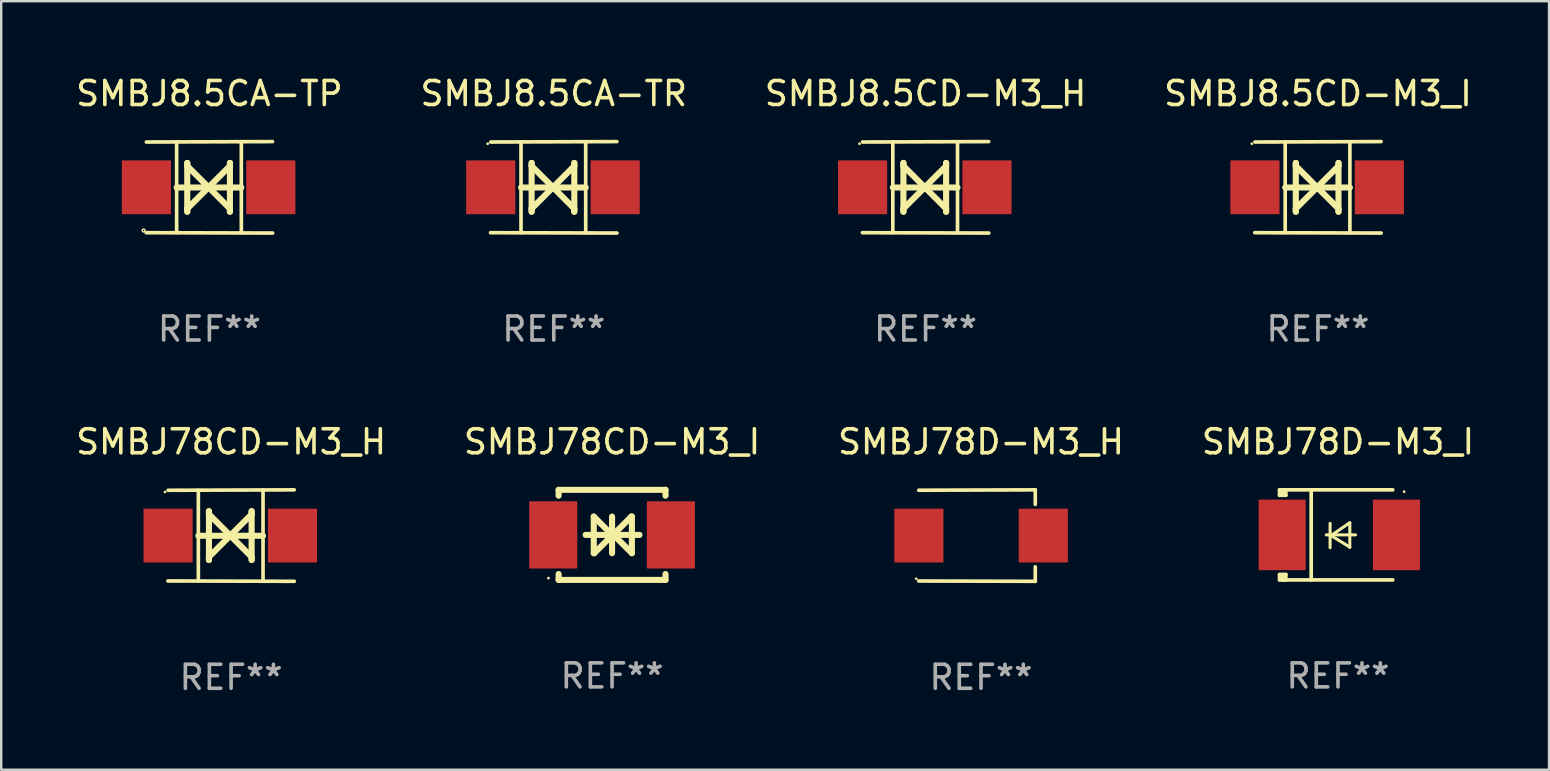
<source format=kicad_pcb>
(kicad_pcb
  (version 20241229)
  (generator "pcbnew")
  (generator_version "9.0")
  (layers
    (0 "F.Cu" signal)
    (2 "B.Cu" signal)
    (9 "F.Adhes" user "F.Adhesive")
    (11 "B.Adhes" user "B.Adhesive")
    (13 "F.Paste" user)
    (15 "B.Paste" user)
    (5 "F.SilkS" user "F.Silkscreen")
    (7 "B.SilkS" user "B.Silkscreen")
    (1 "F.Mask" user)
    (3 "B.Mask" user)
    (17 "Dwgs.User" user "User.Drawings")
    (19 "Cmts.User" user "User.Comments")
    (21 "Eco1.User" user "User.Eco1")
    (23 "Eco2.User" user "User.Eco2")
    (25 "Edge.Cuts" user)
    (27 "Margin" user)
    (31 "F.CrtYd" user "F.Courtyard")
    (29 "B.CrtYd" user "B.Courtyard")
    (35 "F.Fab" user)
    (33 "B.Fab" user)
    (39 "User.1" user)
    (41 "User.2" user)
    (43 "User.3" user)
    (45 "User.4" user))
  (footprint "SMBJ78D-M3_I"
    (layer "F.Cu")
    (at 52.685 19.231)
    (property "Reference" "SMBJ78D-M3_I" (at 0 -3.876 0) (layer "F.SilkS") (effects (font (size 1 1) (thickness 0.15))))
    (attr through_hole)
    (fp_line (start -2.435 1.65) (end -2.171 1.65) (stroke (width 0.152) (type solid)) (layer "F.SilkS"))
    (fp_line (start -2.435 1.876) (end -2.435 1.65) (stroke (width 0.152) (type solid)) (layer "F.SilkS"))
    (fp_line (start -2.435 -1.876) (end -2.171 -1.876) (stroke (width 0.152) (type solid)) (layer "F.SilkS"))
    (fp_line (start -2.435 -1.65) (end -2.435 -1.876) (stroke (width 0.152) (type solid)) (layer "F.SilkS"))
    (fp_line (start -2.305 -1.866) (end -2.295 -1.876) (stroke (width 0.152) (type solid)) (layer "F.SilkS"))
    (fp_line (start -2.305 -1.65) (end -2.305 -1.866) (stroke (width 0.152) (type solid)) (layer "F.SilkS"))
    (fp_line (start -2.305 1.876) (end -2.305 1.65) (stroke (width 0.152) (type solid)) (layer "F.SilkS"))
    (fp_line (start -2.295 -1.876) (end -2.295 -1.65) (stroke (width 0.152) (type solid)) (layer "F.SilkS"))
    (fp_line (start -2.171 1.876) (end -2.435 1.876) (stroke (width 0.152) (type solid)) (layer "F.SilkS"))
    (fp_line (start -2.171 -1.65) (end -2.435 -1.65) (stroke (width 0.152) (type solid)) (layer "F.SilkS"))
    (fp_line (start -2.171 -1.876) (end -2.295 -1.876) (stroke (width 0.152) (type solid)) (layer "F.SilkS"))
    (fp_line (start -2.171 -1.65) (end -2.171 -1.876) (stroke (width 0.152) (type solid)) (layer "F.SilkS"))
    (fp_line (start -2.171 1.876) (end -2.305 1.876) (stroke (width 0.152) (type solid)) (layer "F.SilkS"))
    (fp_line (start -2.171 1.876) (end -2.171 1.65) (stroke (width 0.152) (type solid)) (layer "F.SilkS"))
    (fp_line (start -1.116 1.876) (end -1.116 -1.876) (stroke (width 0.152) (type solid)) (layer "F.SilkS"))
    (fp_line (start -0.488 0.000102) (end 0.731 0.000102) (stroke (width 0.127) (type solid)) (layer "F.SilkS"))
    (fp_line (start -0.329 -0.48) (end -0.329 0.536) (stroke (width 0.127) (type solid)) (layer "F.SilkS"))
    (fp_line (start -0.29 0.03) (end 0.493 0.51) (stroke (width 0.127) (type solid)) (layer "F.SilkS"))
    (fp_line (start 0.493 -0.51) (end -0.29 0.03) (stroke (width 0.127) (type solid)) (layer "F.SilkS"))
    (fp_line (start 0.493 0.52) (end 0.493 -0.496) (stroke (width 0.127) (type solid)) (layer "F.SilkS"))
    (fp_line (start 2.281 -1.876) (end -2.171 -1.876) (stroke (width 0.152) (type solid)) (layer "F.SilkS"))
    (fp_line (start 2.281 1.876) (end -2.171 1.876) (stroke (width 0.152) (type solid)) (layer "F.SilkS"))
    (fp_circle (center 2.755 -1.8) (end 2.785 -1.8) (stroke (width 0.06) (type solid)) (fill no) (layer "F.SilkS"))
    (fp_text user "REF**" (at 0 5.876 0) (layer "F.Fab") (effects (font (size 1 1) (thickness 0.15))))
    (pad "1" smd rect (at 2.435 -0.000025 180) (size 1.96 2.94) (layers "F.Cu" "F.Mask" "F.Paste"))
    (pad "2" smd rect (at -2.325 -0.000025 180) (size 1.96 2.94) (layers "F.Cu" "F.Mask" "F.Paste")))
  (footprint "SMBJ8.5CA-TR"
    (layer "F.Cu")
    (at 20.018 4.753)
    (property "Reference" "SMBJ8.5CA-TR" (at 0 -3.905 0) (layer "F.SilkS") (effects (font (size 1 1) (thickness 0.15))))
    (attr through_hole)
    (fp_line (start -1.365 1.886) (end -1.365 -1.886) (stroke (width 0.152) (type solid)) (layer "F.SilkS"))
    (fp_line (start -1.365 0.008) (end 1.33 0.008) (stroke (width 0.254) (type solid)) (layer "F.SilkS"))
    (fp_line (start -0.923 -1.016) (end -0.923 1.016) (stroke (width 0.254) (type solid)) (layer "F.SilkS"))
    (fp_line (start -0.923 -0.889) (end -0.923 -1.016) (stroke (width 0.254) (type solid)) (layer "F.SilkS"))
    (fp_line (start -0.923 0.889) (end -0.034 0) (stroke (width 0.254) (type solid)) (layer "F.SilkS"))
    (fp_line (start -0.923 1.016) (end -0.923 0.889) (stroke (width 0.254) (type solid)) (layer "F.SilkS"))
    (fp_line (start -0.034 0) (end -0.923 -0.889) (stroke (width 0.254) (type solid)) (layer "F.SilkS"))
    (fp_line (start -0.034 0) (end 0.855 0.889) (stroke (width 0.254) (type solid)) (layer "F.SilkS"))
    (fp_line (start 0.855 -1.016) (end 0.855 -0.889) (stroke (width 0.254) (type solid)) (layer "F.SilkS"))
    (fp_line (start 0.855 -0.889) (end -0.034 0) (stroke (width 0.254) (type solid)) (layer "F.SilkS"))
    (fp_line (start 0.855 0.889) (end 0.855 1.016) (stroke (width 0.254) (type solid)) (layer "F.SilkS"))
    (fp_line (start 0.855 1.016) (end 0.855 -1.016) (stroke (width 0.254) (type solid)) (layer "F.SilkS"))
    (fp_line (start 1.33 1.886) (end 1.33 -1.886) (stroke (width 0.152) (type solid)) (layer "F.SilkS"))
    (fp_line (start 2.629 -1.905) (end -2.625 -1.887) (stroke (width 0.152) (type solid)) (layer "F.SilkS"))
    (fp_line (start 2.633 1.905) (end -2.633 1.89) (stroke (width 0.152) (type solid)) (layer "F.SilkS"))
    (fp_circle (center -2.753 -1.816) (end -2.723 -1.816) (stroke (width 0.06) (type solid)) (fill no) (layer "F.SilkS"))
    (fp_text user "REF**" (at 0 5.905 0) (layer "F.Fab") (effects (font (size 1 1) (thickness 0.15))))
    (pad "1" smd rect (at -2.625 0) (size 2.047 2.241) (layers "F.Cu" "F.Mask" "F.Paste"))
    (pad "2" smd rect (at 2.557 0) (size 2.047 2.241) (layers "F.Cu" "F.Mask" "F.Paste")))
  (footprint "SMBJ8.5CA-TP"
    (layer "F.Cu")
    (at 5.673 4.753)
    (property "Reference" "SMBJ8.5CA-TP" (at 0 -3.905 0) (layer "F.SilkS") (effects (font (size 1 1) (thickness 0.15))))
    (attr through_hole)
    (fp_line (start -1.365 1.886) (end -1.365 -1.886) (stroke (width 0.152) (type solid)) (layer "F.SilkS"))
    (fp_line (start -1.365 0.008) (end 1.33 0.008) (stroke (width 0.254) (type solid)) (layer "F.SilkS"))
    (fp_line (start -0.923 -1.016) (end -0.923 1.016) (stroke (width 0.254) (type solid)) (layer "F.SilkS"))
    (fp_line (start -0.923 -0.889) (end -0.923 -1.016) (stroke (width 0.254) (type solid)) (layer "F.SilkS"))
    (fp_line (start -0.923 0.889) (end -0.034 0) (stroke (width 0.254) (type solid)) (layer "F.SilkS"))
    (fp_line (start -0.923 1.016) (end -0.923 0.889) (stroke (width 0.254) (type solid)) (layer "F.SilkS"))
    (fp_line (start -0.034 0) (end -0.923 -0.889) (stroke (width 0.254) (type solid)) (layer "F.SilkS"))
    (fp_line (start -0.034 0) (end 0.855 0.889) (stroke (width 0.254) (type solid)) (layer "F.SilkS"))
    (fp_line (start 0.855 -1.016) (end 0.855 -0.889) (stroke (width 0.254) (type solid)) (layer "F.SilkS"))
    (fp_line (start 0.855 -0.889) (end -0.034 0) (stroke (width 0.254) (type solid)) (layer "F.SilkS"))
    (fp_line (start 0.855 0.889) (end 0.855 1.016) (stroke (width 0.254) (type solid)) (layer "F.SilkS"))
    (fp_line (start 0.855 1.016) (end 0.855 -1.016) (stroke (width 0.254) (type solid)) (layer "F.SilkS"))
    (fp_line (start 1.33 1.886) (end 1.33 -1.886) (stroke (width 0.152) (type solid)) (layer "F.SilkS"))
    (fp_line (start 2.629 -1.905) (end -2.625 -1.887) (stroke (width 0.152) (type solid)) (layer "F.SilkS"))
    (fp_line (start 2.633 1.905) (end -2.633 1.89) (stroke (width 0.152) (type solid)) (layer "F.SilkS"))
    (fp_circle (center -2.741 1.8) (end -2.712 1.8) (stroke (width 0.06) (type solid)) (fill no) (layer "F.SilkS"))
    (fp_text user "REF**" (at 0 5.905 0) (layer "F.Fab") (effects (font (size 1 1) (thickness 0.15))))
    (pad "1" smd rect (at -2.625 0) (size 2.047 2.241) (layers "F.Cu" "F.Mask" "F.Paste"))
    (pad "2" smd rect (at 2.557 0) (size 2.047 2.241) (layers "F.Cu" "F.Mask" "F.Paste")))
  (footprint "SMBJ78CD-M3_I"
    (layer "F.Cu")
    (at 22.446 19.231)
    (property "Reference" "SMBJ78CD-M3_I" (at 0 -3.876 0) (layer "F.SilkS") (effects (font (size 1 1) (thickness 0.15))))
    (attr through_hole)
    (fp_line (start -2.226 -1.876) (end -2.226 -1.631) (stroke (width 0.254) (type solid)) (layer "F.SilkS"))
    (fp_line (start -2.226 -1.876) (end 2.226 -1.876) (stroke (width 0.254) (type solid)) (layer "F.SilkS"))
    (fp_line (start -2.226 1.631) (end -2.226 1.876) (stroke (width 0.254) (type solid)) (layer "F.SilkS"))
    (fp_line (start -2.226 1.876) (end 2.226 1.876) (stroke (width 0.254) (type solid)) (layer "F.SilkS"))
    (fp_line (start -1.1 0) (end 1.143 0) (stroke (width 0.254) (type solid)) (layer "F.SilkS"))
    (fp_line (start -0.762 -0.762) (end -0.762 0.762) (stroke (width 0.254) (type solid)) (layer "F.SilkS"))
    (fp_line (start -0.762 0.762) (end -0.741 0.762) (stroke (width 0.254) (type solid)) (layer "F.SilkS"))
    (fp_line (start -0.741 0.762) (end 0.021 0) (stroke (width 0.254) (type solid)) (layer "F.SilkS"))
    (fp_line (start 0 -0.762) (end 0 0.762) (stroke (width 0.254) (type solid)) (layer "F.SilkS"))
    (fp_line (start 0 0) (end -0.762 -0.762) (stroke (width 0.254) (type solid)) (layer "F.SilkS"))
    (fp_line (start 0.021 0) (end 0 0) (stroke (width 0.254) (type solid)) (layer "F.SilkS"))
    (fp_line (start 0.042 0) (end 0.064 0) (stroke (width 0.254) (type solid)) (layer "F.SilkS"))
    (fp_line (start 0.064 0) (end 0.826 0.762) (stroke (width 0.254) (type solid)) (layer "F.SilkS"))
    (fp_line (start 0.804 -0.762) (end 0.042 0) (stroke (width 0.254) (type solid)) (layer "F.SilkS"))
    (fp_line (start 0.826 -0.762) (end 0.804 -0.762) (stroke (width 0.254) (type solid)) (layer "F.SilkS"))
    (fp_line (start 0.826 0.762) (end 0.826 -0.762) (stroke (width 0.254) (type solid)) (layer "F.SilkS"))
    (fp_line (start 2.226 -1.876) (end 2.226 -1.631) (stroke (width 0.254) (type solid)) (layer "F.SilkS"))
    (fp_line (start 2.226 1.631) (end 2.226 1.876) (stroke (width 0.254) (type solid)) (layer "F.SilkS"))
    (fp_circle (center -2.65 1.8) (end -2.62 1.8) (stroke (width 0.06) (type solid)) (fill no) (layer "F.SilkS"))
    (fp_text user "REF**" (at 0 5.876 0) (layer "F.Fab") (effects (font (size 1 1) (thickness 0.15))))
    (pad "1" smd rect (at -2.45 0 180) (size 2 2.8) (layers "F.Cu" "F.Mask" "F.Paste"))
    (pad "2" smd rect (at 2.45 0 180) (size 2 2.8) (layers "F.Cu" "F.Mask" "F.Paste")))
  (footprint "SMBJ78CD-M3_H"
    (layer "F.Cu")
    (at 6.577 19.26)
    (property "Reference" "SMBJ78CD-M3_H" (at 0 -3.905 0) (layer "F.SilkS") (effects (font (size 1 1) (thickness 0.15))))
    (attr through_hole)
    (fp_line (start -1.365 1.886) (end -1.365 -1.886) (stroke (width 0.152) (type solid)) (layer "F.SilkS"))
    (fp_line (start -1.365 0.008) (end 1.33 0.008) (stroke (width 0.254) (type solid)) (layer "F.SilkS"))
    (fp_line (start -0.923 -1.016) (end -0.923 1.016) (stroke (width 0.254) (type solid)) (layer "F.SilkS"))
    (fp_line (start -0.923 -0.889) (end -0.923 -1.016) (stroke (width 0.254) (type solid)) (layer "F.SilkS"))
    (fp_line (start -0.923 0.889) (end -0.034 0) (stroke (width 0.254) (type solid)) (layer "F.SilkS"))
    (fp_line (start -0.923 1.016) (end -0.923 0.889) (stroke (width 0.254) (type solid)) (layer "F.SilkS"))
    (fp_line (start -0.034 0) (end -0.923 -0.889) (stroke (width 0.254) (type solid)) (layer "F.SilkS"))
    (fp_line (start -0.034 0) (end 0.855 0.889) (stroke (width 0.254) (type solid)) (layer "F.SilkS"))
    (fp_line (start 0.855 -1.016) (end 0.855 -0.889) (stroke (width 0.254) (type solid)) (layer "F.SilkS"))
    (fp_line (start 0.855 -0.889) (end -0.034 0) (stroke (width 0.254) (type solid)) (layer "F.SilkS"))
    (fp_line (start 0.855 0.889) (end 0.855 1.016) (stroke (width 0.254) (type solid)) (layer "F.SilkS"))
    (fp_line (start 0.855 1.016) (end 0.855 -1.016) (stroke (width 0.254) (type solid)) (layer "F.SilkS"))
    (fp_line (start 1.33 1.886) (end 1.33 -1.886) (stroke (width 0.152) (type solid)) (layer "F.SilkS"))
    (fp_line (start 2.629 -1.905) (end -2.625 -1.887) (stroke (width 0.152) (type solid)) (layer "F.SilkS"))
    (fp_line (start 2.633 1.905) (end -2.633 1.89) (stroke (width 0.152) (type solid)) (layer "F.SilkS"))
    (fp_circle (center -2.753 -1.816) (end -2.723 -1.816) (stroke (width 0.06) (type solid)) (fill no) (layer "F.SilkS"))
    (fp_text user "REF**" (at 0 5.905 0) (layer "F.Fab") (effects (font (size 1 1) (thickness 0.15))))
    (pad "1" smd rect (at -2.625 0) (size 2.047 2.241) (layers "F.Cu" "F.Mask" "F.Paste"))
    (pad "2" smd rect (at 2.557 0) (size 2.047 2.241) (layers "F.Cu" "F.Mask" "F.Paste")))
  (footprint "SMBJ8.5CD-M3_I"
    (layer "F.Cu")
    (at 51.851 4.753)
    (property "Reference" "SMBJ8.5CD-M3_I" (at 0 -3.905 0) (layer "F.SilkS") (effects (font (size 1 1) (thickness 0.15))))
    (attr through_hole)
    (fp_line (start -1.365 1.886) (end -1.365 -1.886) (stroke (width 0.152) (type solid)) (layer "F.SilkS"))
    (fp_line (start -1.365 0.008) (end 1.33 0.008) (stroke (width 0.254) (type solid)) (layer "F.SilkS"))
    (fp_line (start -0.923 -1.016) (end -0.923 1.016) (stroke (width 0.254) (type solid)) (layer "F.SilkS"))
    (fp_line (start -0.923 -0.889) (end -0.923 -1.016) (stroke (width 0.254) (type solid)) (layer "F.SilkS"))
    (fp_line (start -0.923 0.889) (end -0.034 0) (stroke (width 0.254) (type solid)) (layer "F.SilkS"))
    (fp_line (start -0.923 1.016) (end -0.923 0.889) (stroke (width 0.254) (type solid)) (layer "F.SilkS"))
    (fp_line (start -0.034 0) (end -0.923 -0.889) (stroke (width 0.254) (type solid)) (layer "F.SilkS"))
    (fp_line (start -0.034 0) (end 0.855 0.889) (stroke (width 0.254) (type solid)) (layer "F.SilkS"))
    (fp_line (start 0.855 -1.016) (end 0.855 -0.889) (stroke (width 0.254) (type solid)) (layer "F.SilkS"))
    (fp_line (start 0.855 -0.889) (end -0.034 0) (stroke (width 0.254) (type solid)) (layer "F.SilkS"))
    (fp_line (start 0.855 0.889) (end 0.855 1.016) (stroke (width 0.254) (type solid)) (layer "F.SilkS"))
    (fp_line (start 0.855 1.016) (end 0.855 -1.016) (stroke (width 0.254) (type solid)) (layer "F.SilkS"))
    (fp_line (start 1.33 1.886) (end 1.33 -1.886) (stroke (width 0.152) (type solid)) (layer "F.SilkS"))
    (fp_line (start 2.629 -1.905) (end -2.625 -1.887) (stroke (width 0.152) (type solid)) (layer "F.SilkS"))
    (fp_line (start 2.633 1.905) (end -2.633 1.89) (stroke (width 0.152) (type solid)) (layer "F.SilkS"))
    (fp_circle (center -2.753 -1.816) (end -2.723 -1.816) (stroke (width 0.06) (type solid)) (fill no) (layer "F.SilkS"))
    (fp_text user "REF**" (at 0 5.905 0) (layer "F.Fab") (effects (font (size 1 1) (thickness 0.15))))
    (pad "1" smd rect (at -2.625 0) (size 2.047 2.241) (layers "F.Cu" "F.Mask" "F.Paste"))
    (pad "2" smd rect (at 2.557 0) (size 2.047 2.241) (layers "F.Cu" "F.Mask" "F.Paste")))
  (footprint "SMBJ8.5CD-M3_H"
    (layer "F.Cu")
    (at 35.506 4.753)
    (property "Reference" "SMBJ8.5CD-M3_H" (at 0 -3.905 0) (layer "F.SilkS") (effects (font (size 1 1) (thickness 0.15))))
    (attr through_hole)
    (fp_line (start -1.365 1.886) (end -1.365 -1.886) (stroke (width 0.152) (type solid)) (layer "F.SilkS"))
    (fp_line (start -1.365 0.008) (end 1.33 0.008) (stroke (width 0.254) (type solid)) (layer "F.SilkS"))
    (fp_line (start -0.923 -1.016) (end -0.923 1.016) (stroke (width 0.254) (type solid)) (layer "F.SilkS"))
    (fp_line (start -0.923 -0.889) (end -0.923 -1.016) (stroke (width 0.254) (type solid)) (layer "F.SilkS"))
    (fp_line (start -0.923 0.889) (end -0.034 0) (stroke (width 0.254) (type solid)) (layer "F.SilkS"))
    (fp_line (start -0.923 1.016) (end -0.923 0.889) (stroke (width 0.254) (type solid)) (layer "F.SilkS"))
    (fp_line (start -0.034 0) (end -0.923 -0.889) (stroke (width 0.254) (type solid)) (layer "F.SilkS"))
    (fp_line (start -0.034 0) (end 0.855 0.889) (stroke (width 0.254) (type solid)) (layer "F.SilkS"))
    (fp_line (start 0.855 -1.016) (end 0.855 -0.889) (stroke (width 0.254) (type solid)) (layer "F.SilkS"))
    (fp_line (start 0.855 -0.889) (end -0.034 0) (stroke (width 0.254) (type solid)) (layer "F.SilkS"))
    (fp_line (start 0.855 0.889) (end 0.855 1.016) (stroke (width 0.254) (type solid)) (layer "F.SilkS"))
    (fp_line (start 0.855 1.016) (end 0.855 -1.016) (stroke (width 0.254) (type solid)) (layer "F.SilkS"))
    (fp_line (start 1.33 1.886) (end 1.33 -1.886) (stroke (width 0.152) (type solid)) (layer "F.SilkS"))
    (fp_line (start 2.629 -1.905) (end -2.625 -1.887) (stroke (width 0.152) (type solid)) (layer "F.SilkS"))
    (fp_line (start 2.633 1.905) (end -2.633 1.89) (stroke (width 0.152) (type solid)) (layer "F.SilkS"))
    (fp_circle (center -2.753 -1.816) (end -2.723 -1.816) (stroke (width 0.06) (type solid)) (fill no) (layer "F.SilkS"))
    (fp_text user "REF**" (at 0 5.905 0) (layer "F.Fab") (effects (font (size 1 1) (thickness 0.15))))
    (pad "1" smd rect (at -2.625 0) (size 2.047 2.241) (layers "F.Cu" "F.Mask" "F.Paste"))
    (pad "2" smd rect (at 2.557 0) (size 2.047 2.241) (layers "F.Cu" "F.Mask" "F.Paste")))
  (footprint "SMBJ78D-M3_H"
    (layer "F.Cu")
    (at 37.815 19.26)
    (property "Reference" "SMBJ78D-M3_H" (at 0 -3.905 0) (layer "F.SilkS") (effects (font (size 1 1) (thickness 0.15))))
    (attr through_hole)
    (fp_line (start 2.256 -1.905) (end -2.594 -1.889) (stroke (width 0.152) (type solid)) (layer "F.SilkS"))
    (fp_line (start 2.256 -1.905) (end 2.26 -1.905) (stroke (width 0.152) (type solid)) (layer "F.SilkS"))
    (fp_line (start 2.26 -1.905) (end 2.26 -1.301) (stroke (width 0.152) (type solid)) (layer "F.SilkS"))
    (fp_line (start 2.26 1.301) (end 2.26 1.905) (stroke (width 0.152) (type solid)) (layer "F.SilkS"))
    (fp_line (start 2.26 1.905) (end -2.59 1.892) (stroke (width 0.152) (type solid)) (layer "F.SilkS"))
    (fp_circle (center -2.697 1.8) (end -2.667 1.8) (stroke (width 0.06) (type solid)) (fill no) (layer "F.SilkS"))
    (fp_text user "REF**" (at 0 5.905 0) (layer "F.Fab") (effects (font (size 1 1) (thickness 0.15))))
    (pad "1" smd rect (at -2.588 0) (size 2.047 2.241) (layers "F.Cu" "F.Mask" "F.Paste"))
    (pad "2" smd rect (at 2.594 0) (size 2.047 2.241) (layers "F.Cu" "F.Mask" "F.Paste")))
  (gr_rect
    (start -3 -3)
    (end 61.476 29.013)
    (stroke (width 0.1) (type default))
    (fill no)
    (layer "Edge.Cuts")))
</source>
